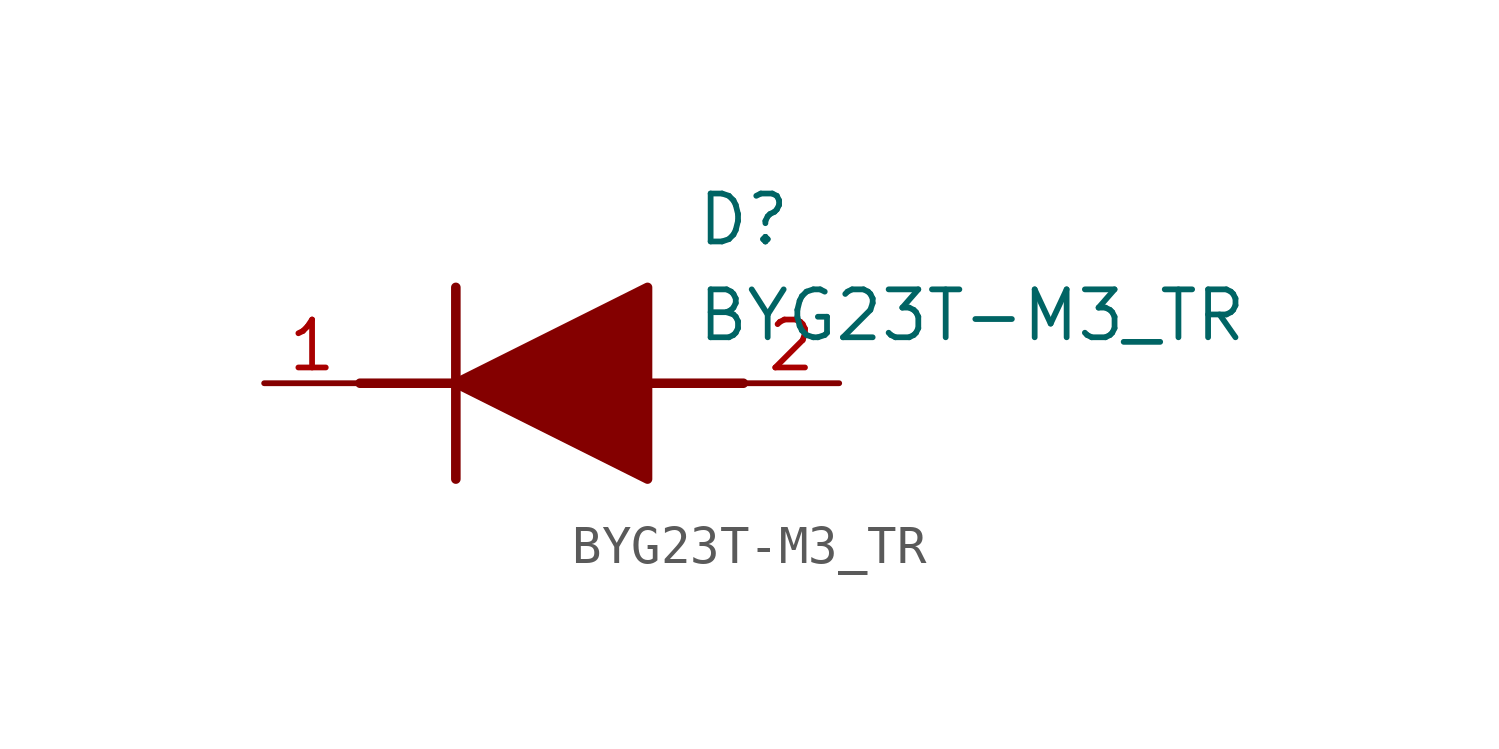
<source format=kicad_sym>
(kicad_symbol_lib
  (version 20211014)
  (generator SamacSys_ECAD_Model)
  (symbol "BYG23T-M3_TR"
    (pin_names hide)
    (property "Reference" "D"
      (at 11.43 5.08 0)
      (effects (font (size 1.27 1.27)) (justify left top)))
    (property "Value" "BYG23T-M3_TR"
      (at 11.43 2.54 0)
      (effects (font (size 1.27 1.27)) (justify left top)))
    (polyline
      (pts (xy 5.08 2.54) (xy 5.08 -2.54))
      (stroke (width 0.254) (type default))
      (fill (type none)))
    (polyline
      (pts (xy 2.54 0) (xy 5.08 0))
      (stroke (width 0.254) (type default))
      (fill (type none)))
    (polyline
      (pts (xy 10.16 0) (xy 12.7 0))
      (stroke (width 0.254) (type default))
      (fill (type none)))
    (polyline
      (pts (xy 5.08 0) (xy 10.16 2.54) (xy 10.16 -2.54) (xy 5.08 0))
      (stroke (width 0.254) (type default))
      (fill (type outline)))
    (pin passive line
      (at 0 0 0)
      (length 2.54)
      (name "K" (effects (font (size 1.27 1.27))))
      (number "1" (effects (font (size 1.27 1.27)))))
    (pin passive line
      (at 15.24 0 180)
      (length 2.54)
      (name "A" (effects (font (size 1.27 1.27))))
      (number "2" (effects (font (size 1.27 1.27)))))))
</source>
